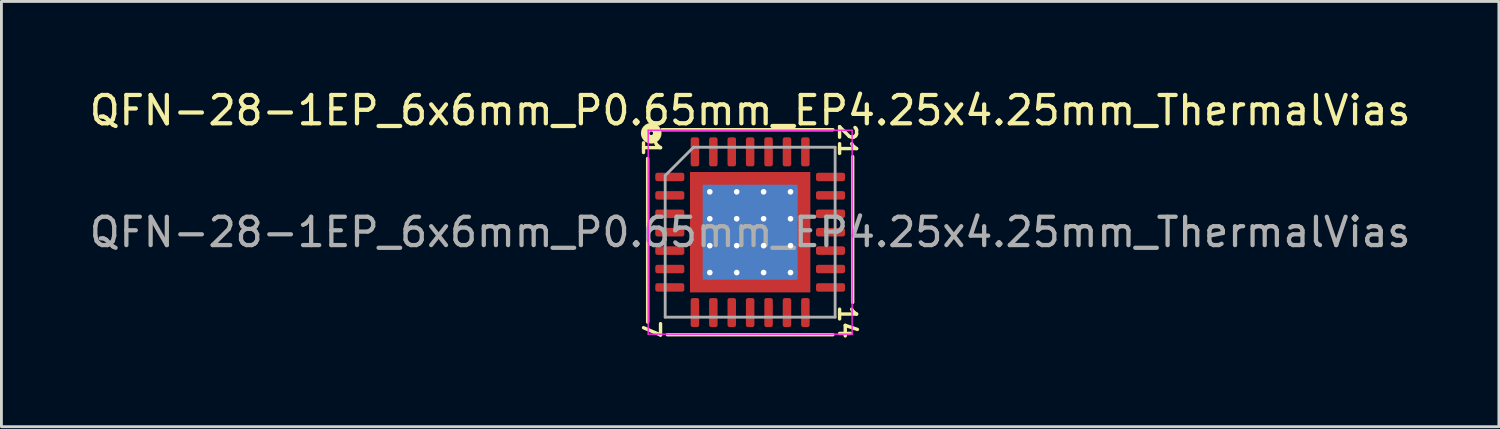
<source format=kicad_pcb>
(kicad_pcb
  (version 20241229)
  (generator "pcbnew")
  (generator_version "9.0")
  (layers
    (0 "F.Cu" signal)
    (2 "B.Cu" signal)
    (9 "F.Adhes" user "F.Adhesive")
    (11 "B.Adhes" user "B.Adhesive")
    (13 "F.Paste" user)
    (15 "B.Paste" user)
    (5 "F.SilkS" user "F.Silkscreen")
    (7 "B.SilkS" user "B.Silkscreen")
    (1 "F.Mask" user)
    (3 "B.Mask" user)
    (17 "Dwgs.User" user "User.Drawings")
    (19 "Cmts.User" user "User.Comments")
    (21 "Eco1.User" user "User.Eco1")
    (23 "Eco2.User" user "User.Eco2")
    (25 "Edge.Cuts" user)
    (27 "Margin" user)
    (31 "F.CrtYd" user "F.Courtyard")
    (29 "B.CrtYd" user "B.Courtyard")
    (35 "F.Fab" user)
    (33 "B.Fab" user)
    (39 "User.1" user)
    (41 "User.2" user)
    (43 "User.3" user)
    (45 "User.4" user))
  (footprint "QFN-28-1EP_6x6mm_P0.65mm_EP4.25x4.25mm_ThermalVias"
    (layer "F.Cu")
    (at 23.435 5.148)
    (property "Reference" "QFN-28-1EP_6x6mm_P0.65mm_EP4.25x4.25mm_ThermalVias" (at 0 -4.3 0) (layer "F.SilkS") (effects (font (size 1 1) (thickness 0.15))))
    (attr smd)
    (fp_line (start -3.619 -2.603) (end -3.619 3.175) (stroke (width 0.12) (type solid)) (layer "F.SilkS"))
    (fp_line (start -2.921 3.619) (end 2.921 3.619) (stroke (width 0.12) (type solid)) (layer "F.SilkS"))
    (fp_line (start 2.921 -3.619) (end -3.111 -3.619) (stroke (width 0.12) (type solid)) (layer "F.SilkS"))
    (fp_line (start 3.619 2.477) (end 3.619 -2.667) (stroke (width 0.12) (type solid)) (layer "F.SilkS"))
    (fp_circle (center -3.493 -3.493) (end -3.429 -3.493) (stroke (width 0.3) (type solid)) (fill no) (layer "F.SilkS"))
    (fp_line (start -3.6 -3.6) (end -3.6 3.6) (stroke (width 0.05) (type solid)) (layer "F.CrtYd"))
    (fp_line (start -3.6 3.6) (end 3.6 3.6) (stroke (width 0.05) (type solid)) (layer "F.CrtYd"))
    (fp_line (start 3.6 -3.6) (end -3.6 -3.6) (stroke (width 0.05) (type solid)) (layer "F.CrtYd"))
    (fp_line (start 3.6 3.6) (end 3.6 -3.6) (stroke (width 0.05) (type solid)) (layer "F.CrtYd"))
    (fp_line (start -3 -2) (end -2 -3) (stroke (width 0.1) (type solid)) (layer "F.Fab"))
    (fp_line (start -3 3) (end -3 -2) (stroke (width 0.1) (type solid)) (layer "F.Fab"))
    (fp_line (start -2 -3) (end 3 -3) (stroke (width 0.1) (type solid)) (layer "F.Fab"))
    (fp_line (start 3 -3) (end 3 3) (stroke (width 0.1) (type solid)) (layer "F.Fab"))
    (fp_line (start 3 3) (end -3 3) (stroke (width 0.1) (type solid)) (layer "F.Fab"))
    (fp_text user "1" (at -3.493 -2.985 270) (unlocked yes) (layer "F.SilkS") (effects (font (size 0.6 0.6) (thickness 0.12))))
    (fp_text user "21" (at 3.429 -3.239 270) (unlocked yes) (layer "F.SilkS") (effects (font (size 0.6 0.6) (thickness 0.12))))
    (fp_text user "14" (at 3.429 3.175 270) (unlocked yes) (layer "F.SilkS") (effects (font (size 0.6 0.6) (thickness 0.12))))
    (fp_text user "7" (at -3.493 3.429 270) (unlocked yes) (layer "F.SilkS") (effects (font (size 0.6 0.6) (thickness 0.12))))
    (fp_text user "${REFERENCE}" (at 0 0 0) (layer "F.Fab") (effects (font (size 1 1) (thickness 0.15))))
    (pad "" smd custom (at -1.775 -1.775) (size 0.46 0.46) (layers "F.Paste") (options (anchor circle)) (primitives (gr_poly (pts (xy -0.178 -0.178) (xy 0.178 -0.178) (xy 0.178 0.092) (xy 0.092 0.178) (xy -0.178 0.178)) (width 0.208) (fill yes))))
    (pad "" smd custom (at -1.775 -0.95) (size 0.477 0.477) (layers "F.Paste") (options (anchor circle)) (primitives (gr_poly (pts (xy -0.195 -0.296) (xy 0.123 -0.296) (xy 0.195 -0.224) (xy 0.195 0.224) (xy 0.123 0.296) (xy -0.195 0.296)) (width 0.174) (fill yes))))
    (pad "" smd custom (at -1.775 0) (size 0.477 0.477) (layers "F.Paste") (options (anchor circle)) (primitives (gr_poly (pts (xy -0.195 -0.296) (xy 0.123 -0.296) (xy 0.195 -0.224) (xy 0.195 0.224) (xy 0.123 0.296) (xy -0.195 0.296)) (width 0.174) (fill yes))))
    (pad "" smd custom (at -1.775 0.95) (size 0.477 0.477) (layers "F.Paste") (options (anchor circle)) (primitives (gr_poly (pts (xy -0.195 -0.296) (xy 0.123 -0.296) (xy 0.195 -0.224) (xy 0.195 0.224) (xy 0.123 0.296) (xy -0.195 0.296)) (width 0.174) (fill yes))))
    (pad "" smd custom (at -1.775 1.775) (size 0.46 0.46) (layers "F.Paste") (options (anchor circle)) (primitives (gr_poly (pts (xy -0.178 -0.178) (xy 0.092 -0.178) (xy 0.178 -0.092) (xy 0.178 0.178) (xy -0.178 0.178)) (width 0.208) (fill yes))))
    (pad "" smd custom (at -0.95 -1.775) (size 0.477 0.477) (layers "F.Paste") (options (anchor circle)) (primitives (gr_poly (pts (xy -0.296 -0.195) (xy 0.296 -0.195) (xy 0.296 0.123) (xy 0.224 0.195) (xy -0.224 0.195) (xy -0.296 0.123)) (width 0.174) (fill yes))))
    (pad "" smd roundrect (at -0.95 -0.95) (size 0.766 0.766) (layers "F.Paste") (roundrect_rratio 0.25))
    (pad "" smd roundrect (at -0.95 0) (size 0.766 0.766) (layers "F.Paste") (roundrect_rratio 0.25))
    (pad "" smd roundrect (at -0.95 0.95) (size 0.766 0.766) (layers "F.Paste") (roundrect_rratio 0.25))
    (pad "" smd custom (at -0.95 1.775) (size 0.477 0.477) (layers "F.Paste") (options (anchor circle)) (primitives (gr_poly (pts (xy -0.296 -0.123) (xy -0.224 -0.195) (xy 0.224 -0.195) (xy 0.296 -0.123) (xy 0.296 0.195) (xy -0.296 0.195)) (width 0.174) (fill yes))))
    (pad "" smd custom (at 0 -1.775) (size 0.477 0.477) (layers "F.Paste") (options (anchor circle)) (primitives (gr_poly (pts (xy -0.296 -0.195) (xy 0.296 -0.195) (xy 0.296 0.123) (xy 0.224 0.195) (xy -0.224 0.195) (xy -0.296 0.123)) (width 0.174) (fill yes))))
    (pad "" smd roundrect (at 0 -0.95) (size 0.766 0.766) (layers "F.Paste") (roundrect_rratio 0.25))
    (pad "" smd roundrect (at 0 0) (size 0.766 0.766) (layers "F.Paste") (roundrect_rratio 0.25))
    (pad "" smd roundrect (at 0 0.95) (size 0.766 0.766) (layers "F.Paste") (roundrect_rratio 0.25))
    (pad "" smd custom (at 0 1.775) (size 0.477 0.477) (layers "F.Paste") (options (anchor circle)) (primitives (gr_poly (pts (xy -0.296 -0.123) (xy -0.224 -0.195) (xy 0.224 -0.195) (xy 0.296 -0.123) (xy 0.296 0.195) (xy -0.296 0.195)) (width 0.174) (fill yes))))
    (pad "" smd custom (at 0.95 -1.775) (size 0.477 0.477) (layers "F.Paste") (options (anchor circle)) (primitives (gr_poly (pts (xy -0.296 -0.195) (xy 0.296 -0.195) (xy 0.296 0.123) (xy 0.224 0.195) (xy -0.224 0.195) (xy -0.296 0.123)) (width 0.174) (fill yes))))
    (pad "" smd roundrect (at 0.95 -0.95) (size 0.766 0.766) (layers "F.Paste") (roundrect_rratio 0.25))
    (pad "" smd roundrect (at 0.95 0) (size 0.766 0.766) (layers "F.Paste") (roundrect_rratio 0.25))
    (pad "" smd roundrect (at 0.95 0.95) (size 0.766 0.766) (layers "F.Paste") (roundrect_rratio 0.25))
    (pad "" smd custom (at 0.95 1.775) (size 0.477 0.477) (layers "F.Paste") (options (anchor circle)) (primitives (gr_poly (pts (xy -0.296 -0.123) (xy -0.224 -0.195) (xy 0.224 -0.195) (xy 0.296 -0.123) (xy 0.296 0.195) (xy -0.296 0.195)) (width 0.174) (fill yes))))
    (pad "" smd custom (at 1.775 -1.775) (size 0.46 0.46) (layers "F.Paste") (options (anchor circle)) (primitives (gr_poly (pts (xy -0.178 -0.178) (xy 0.178 -0.178) (xy 0.178 0.178) (xy -0.092 0.178) (xy -0.178 0.092)) (width 0.208) (fill yes))))
    (pad "" smd custom (at 1.775 -0.95) (size 0.477 0.477) (layers "F.Paste") (options (anchor circle)) (primitives (gr_poly (pts (xy -0.195 -0.224) (xy -0.123 -0.296) (xy 0.195 -0.296) (xy 0.195 0.296) (xy -0.123 0.296) (xy -0.195 0.224)) (width 0.174) (fill yes))))
    (pad "" smd custom (at 1.775 0) (size 0.477 0.477) (layers "F.Paste") (options (anchor circle)) (primitives (gr_poly (pts (xy -0.195 -0.224) (xy -0.123 -0.296) (xy 0.195 -0.296) (xy 0.195 0.296) (xy -0.123 0.296) (xy -0.195 0.224)) (width 0.174) (fill yes))))
    (pad "" smd custom (at 1.775 0.95) (size 0.477 0.477) (layers "F.Paste") (options (anchor circle)) (primitives (gr_poly (pts (xy -0.195 -0.224) (xy -0.123 -0.296) (xy 0.195 -0.296) (xy 0.195 0.296) (xy -0.123 0.296) (xy -0.195 0.224)) (width 0.174) (fill yes))))
    (pad "" smd custom (at 1.775 1.775) (size 0.46 0.46) (layers "F.Paste") (options (anchor circle)) (primitives (gr_poly (pts (xy -0.178 -0.092) (xy -0.092 -0.178) (xy 0.178 -0.178) (xy 0.178 0.178) (xy -0.178 0.178)) (width 0.208) (fill yes))))
    (pad "1" smd roundrect (at -2.837 -1.95) (size 1.025 0.3) (layers "F.Cu" "F.Mask" "F.Paste") (roundrect_rratio 0.25))
    (pad "2" smd roundrect (at -2.837 -1.3) (size 1.025 0.3) (layers "F.Cu" "F.Mask" "F.Paste") (roundrect_rratio 0.25))
    (pad "3" smd roundrect (at -2.837 -0.65) (size 1.025 0.3) (layers "F.Cu" "F.Mask" "F.Paste") (roundrect_rratio 0.25))
    (pad "4" smd roundrect (at -2.837 0) (size 1.025 0.3) (layers "F.Cu" "F.Mask" "F.Paste") (roundrect_rratio 0.25))
    (pad "5" smd roundrect (at -2.837 0.65) (size 1.025 0.3) (layers "F.Cu" "F.Mask" "F.Paste") (roundrect_rratio 0.25))
    (pad "6" smd roundrect (at -2.837 1.3) (size 1.025 0.3) (layers "F.Cu" "F.Mask" "F.Paste") (roundrect_rratio 0.25))
    (pad "7" smd roundrect (at -2.837 1.95) (size 1.025 0.3) (layers "F.Cu" "F.Mask" "F.Paste") (roundrect_rratio 0.25))
    (pad "8" smd roundrect (at -1.95 2.837) (size 0.3 1.025) (layers "F.Cu" "F.Mask" "F.Paste") (roundrect_rratio 0.25))
    (pad "9" smd roundrect (at -1.3 2.837) (size 0.3 1.025) (layers "F.Cu" "F.Mask" "F.Paste") (roundrect_rratio 0.25))
    (pad "10" smd roundrect (at -0.65 2.837) (size 0.3 1.025) (layers "F.Cu" "F.Mask" "F.Paste") (roundrect_rratio 0.25))
    (pad "11" smd roundrect (at 0 2.837) (size 0.3 1.025) (layers "F.Cu" "F.Mask" "F.Paste") (roundrect_rratio 0.25))
    (pad "12" smd roundrect (at 0.65 2.837) (size 0.3 1.025) (layers "F.Cu" "F.Mask" "F.Paste") (roundrect_rratio 0.25))
    (pad "13" smd roundrect (at 1.3 2.837) (size 0.3 1.025) (layers "F.Cu" "F.Mask" "F.Paste") (roundrect_rratio 0.25))
    (pad "14" smd roundrect (at 1.95 2.837) (size 0.3 1.025) (layers "F.Cu" "F.Mask" "F.Paste") (roundrect_rratio 0.25))
    (pad "15" smd roundrect (at 2.837 1.95) (size 1.025 0.3) (layers "F.Cu" "F.Mask" "F.Paste") (roundrect_rratio 0.25))
    (pad "16" smd roundrect (at 2.837 1.3) (size 1.025 0.3) (layers "F.Cu" "F.Mask" "F.Paste") (roundrect_rratio 0.25))
    (pad "17" smd roundrect (at 2.837 0.65) (size 1.025 0.3) (layers "F.Cu" "F.Mask" "F.Paste") (roundrect_rratio 0.25))
    (pad "18" smd roundrect (at 2.837 0) (size 1.025 0.3) (layers "F.Cu" "F.Mask" "F.Paste") (roundrect_rratio 0.25))
    (pad "19" smd roundrect (at 2.837 -0.65) (size 1.025 0.3) (layers "F.Cu" "F.Mask" "F.Paste") (roundrect_rratio 0.25))
    (pad "20" smd roundrect (at 2.837 -1.3) (size 1.025 0.3) (layers "F.Cu" "F.Mask" "F.Paste") (roundrect_rratio 0.25))
    (pad "21" smd roundrect (at 2.837 -1.95) (size 1.025 0.3) (layers "F.Cu" "F.Mask" "F.Paste") (roundrect_rratio 0.25))
    (pad "22" smd roundrect (at 1.95 -2.837) (size 0.3 1.025) (layers "F.Cu" "F.Mask" "F.Paste") (roundrect_rratio 0.25))
    (pad "23" smd roundrect (at 1.3 -2.837) (size 0.3 1.025) (layers "F.Cu" "F.Mask" "F.Paste") (roundrect_rratio 0.25))
    (pad "24" smd roundrect (at 0.65 -2.837) (size 0.3 1.025) (layers "F.Cu" "F.Mask" "F.Paste") (roundrect_rratio 0.25))
    (pad "25" smd roundrect (at 0 -2.837) (size 0.3 1.025) (layers "F.Cu" "F.Mask" "F.Paste") (roundrect_rratio 0.25))
    (pad "26" smd roundrect (at -0.65 -2.837) (size 0.3 1.025) (layers "F.Cu" "F.Mask" "F.Paste") (roundrect_rratio 0.25))
    (pad "27" smd roundrect (at -1.3 -2.837) (size 0.3 1.025) (layers "F.Cu" "F.Mask" "F.Paste") (roundrect_rratio 0.25))
    (pad "28" smd roundrect (at -1.95 -2.837) (size 0.3 1.025) (layers "F.Cu" "F.Mask" "F.Paste") (roundrect_rratio 0.25))
    (pad "29" thru_hole circle (at -1.425 -1.425) (size 0.5 0.5) (drill 0.2) (layers "*.Cu"))
    (pad "29" thru_hole circle (at -1.425 -0.475) (size 0.5 0.5) (drill 0.2) (layers "*.Cu"))
    (pad "29" thru_hole circle (at -1.425 0.475) (size 0.5 0.5) (drill 0.2) (layers "*.Cu"))
    (pad "29" thru_hole circle (at -1.425 1.425) (size 0.5 0.5) (drill 0.2) (layers "*.Cu"))
    (pad "29" thru_hole circle (at -0.475 -1.425) (size 0.5 0.5) (drill 0.2) (layers "*.Cu"))
    (pad "29" thru_hole circle (at -0.475 -0.475) (size 0.5 0.5) (drill 0.2) (layers "*.Cu"))
    (pad "29" thru_hole circle (at -0.475 0.475) (size 0.5 0.5) (drill 0.2) (layers "*.Cu"))
    (pad "29" thru_hole circle (at -0.475 1.425) (size 0.5 0.5) (drill 0.2) (layers "*.Cu"))
    (pad "29" smd rect (at 0 0) (size 3.35 3.35) (layers "B.Cu" "B.Mask"))
    (pad "29" smd rect (at 0 0) (size 4.25 4.25) (layers "F.Cu" "F.Mask"))
    (pad "29" thru_hole circle (at 0.475 -1.425) (size 0.5 0.5) (drill 0.2) (layers "*.Cu"))
    (pad "29" thru_hole circle (at 0.475 -0.475) (size 0.5 0.5) (drill 0.2) (layers "*.Cu"))
    (pad "29" thru_hole circle (at 0.475 0.475) (size 0.5 0.5) (drill 0.2) (layers "*.Cu"))
    (pad "29" thru_hole circle (at 0.475 1.425) (size 0.5 0.5) (drill 0.2) (layers "*.Cu"))
    (pad "29" thru_hole circle (at 1.425 -1.425) (size 0.5 0.5) (drill 0.2) (layers "*.Cu"))
    (pad "29" thru_hole circle (at 1.425 -0.475) (size 0.5 0.5) (drill 0.2) (layers "*.Cu"))
    (pad "29" thru_hole circle (at 1.425 0.475) (size 0.5 0.5) (drill 0.2) (layers "*.Cu"))
    (pad "29" thru_hole circle (at 1.425 1.425) (size 0.5 0.5) (drill 0.2) (layers "*.Cu")))
  (gr_rect
    (start -3 -3)
    (end 49.869 12.015)
    (stroke (width 0.1) (type default))
    (fill no)
    (layer "Edge.Cuts")))
</source>
